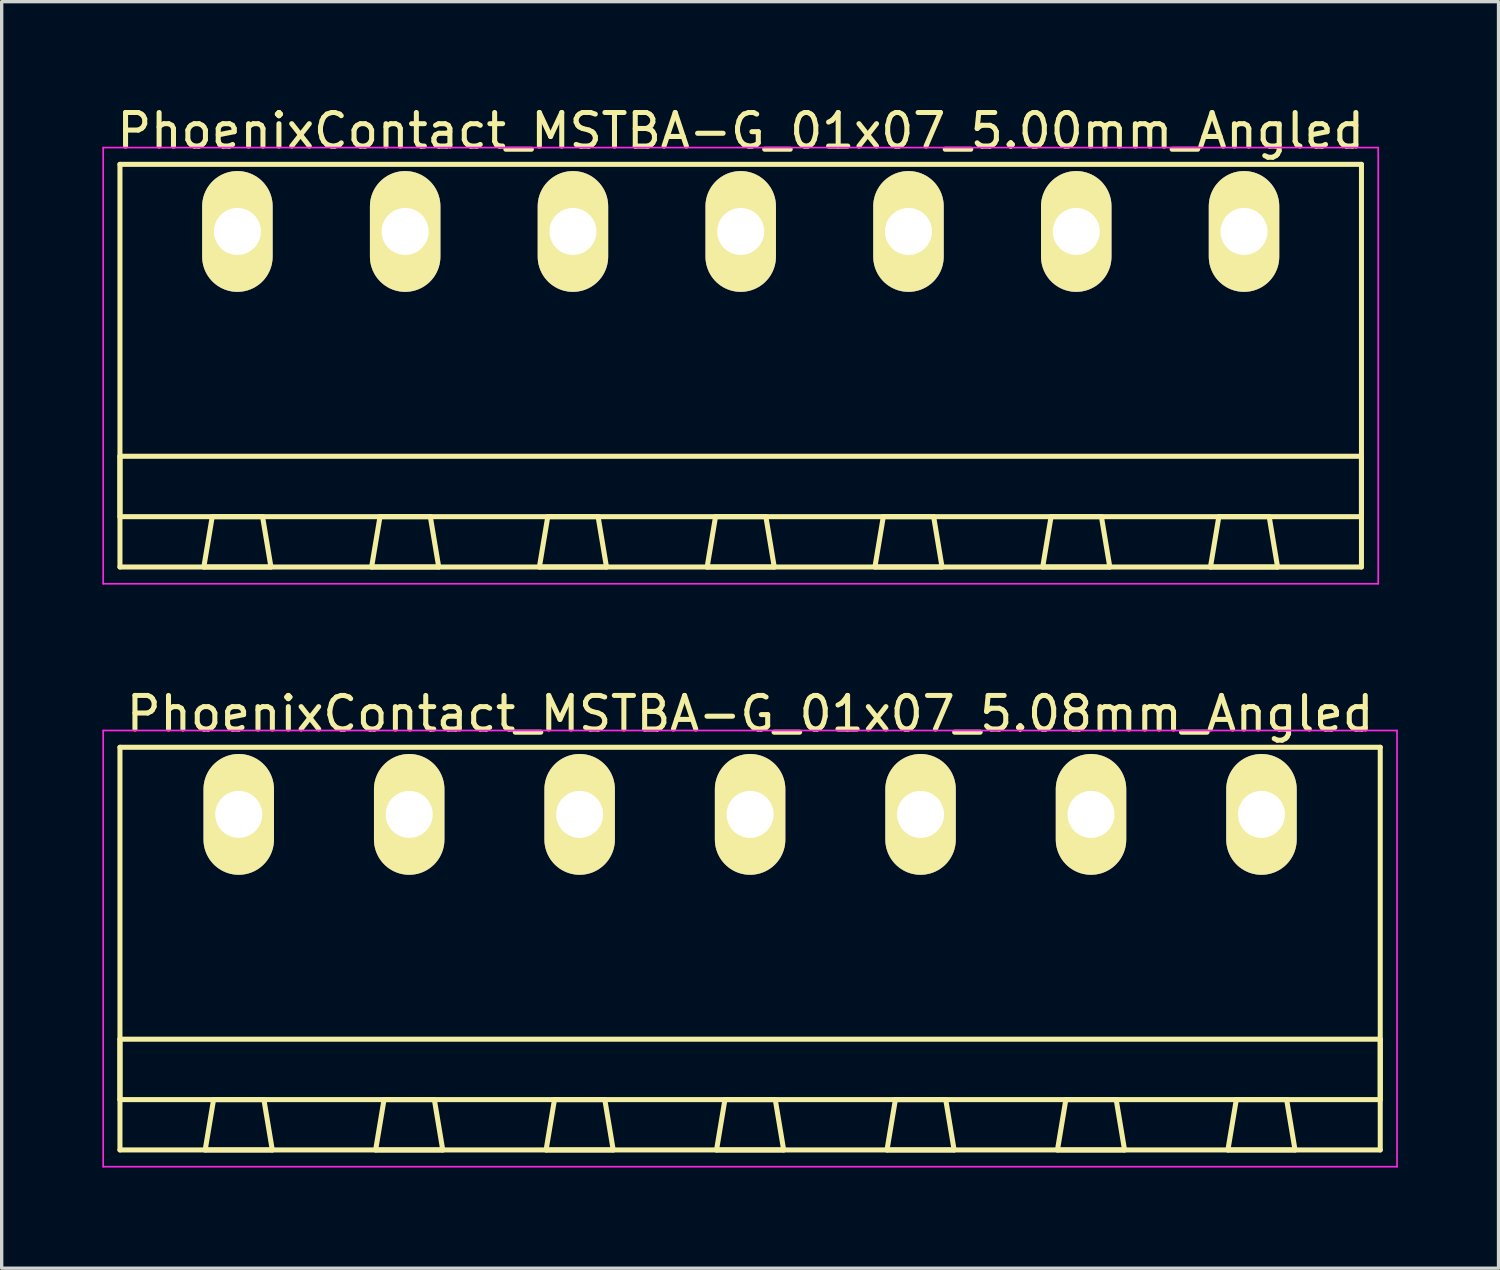
<source format=kicad_pcb>
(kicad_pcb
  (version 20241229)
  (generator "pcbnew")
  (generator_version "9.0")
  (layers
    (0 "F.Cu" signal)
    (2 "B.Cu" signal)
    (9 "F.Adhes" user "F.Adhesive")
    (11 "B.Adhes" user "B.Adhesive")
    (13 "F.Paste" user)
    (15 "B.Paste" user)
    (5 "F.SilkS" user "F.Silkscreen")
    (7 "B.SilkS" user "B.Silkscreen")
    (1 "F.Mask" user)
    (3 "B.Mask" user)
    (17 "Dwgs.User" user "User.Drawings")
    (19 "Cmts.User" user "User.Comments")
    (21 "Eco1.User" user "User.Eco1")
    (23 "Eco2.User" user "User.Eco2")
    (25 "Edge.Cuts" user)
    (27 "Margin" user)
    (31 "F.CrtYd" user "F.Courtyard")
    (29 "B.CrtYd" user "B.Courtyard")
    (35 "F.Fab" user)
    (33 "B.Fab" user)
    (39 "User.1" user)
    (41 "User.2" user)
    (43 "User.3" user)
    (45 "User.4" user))
  (footprint "PhoenixContact_MSTBA-G_01x07_5.08mm_Angled"
    (layer "F.Cu")
    (at 4.065 21.221)
    (property "Reference" "PhoenixContact_MSTBA-G_01x07_5.08mm_Angled" (at 15.24 -3 0) (layer "F.SilkS") (effects (font (size 1 1) (thickness 0.15))))
    (attr through_hole)
    (fp_line (start -3.54 -2) (end -3.54 10) (stroke (width 0.15) (type solid)) (layer "F.SilkS"))
    (fp_line (start -3.54 6.7) (end 34.02 6.7) (stroke (width 0.15) (type solid)) (layer "F.SilkS"))
    (fp_line (start -3.54 8.5) (end -3.54 6.7) (stroke (width 0.15) (type solid)) (layer "F.SilkS"))
    (fp_line (start -3.54 10) (end 34.02 10) (stroke (width 0.15) (type solid)) (layer "F.SilkS"))
    (fp_line (start -1 10) (end 1 10) (stroke (width 0.15) (type solid)) (layer "F.SilkS"))
    (fp_line (start -0.75 8.5) (end -1 10) (stroke (width 0.15) (type solid)) (layer "F.SilkS"))
    (fp_line (start 0.75 8.5) (end -0.75 8.5) (stroke (width 0.15) (type solid)) (layer "F.SilkS"))
    (fp_line (start 1 10) (end 0.75 8.5) (stroke (width 0.15) (type solid)) (layer "F.SilkS"))
    (fp_line (start 4.08 10) (end 6.08 10) (stroke (width 0.15) (type solid)) (layer "F.SilkS"))
    (fp_line (start 4.33 8.5) (end 4.08 10) (stroke (width 0.15) (type solid)) (layer "F.SilkS"))
    (fp_line (start 5.83 8.5) (end 4.33 8.5) (stroke (width 0.15) (type solid)) (layer "F.SilkS"))
    (fp_line (start 6.08 10) (end 5.83 8.5) (stroke (width 0.15) (type solid)) (layer "F.SilkS"))
    (fp_line (start 9.16 10) (end 11.16 10) (stroke (width 0.15) (type solid)) (layer "F.SilkS"))
    (fp_line (start 9.41 8.5) (end 9.16 10) (stroke (width 0.15) (type solid)) (layer "F.SilkS"))
    (fp_line (start 10.91 8.5) (end 9.41 8.5) (stroke (width 0.15) (type solid)) (layer "F.SilkS"))
    (fp_line (start 11.16 10) (end 10.91 8.5) (stroke (width 0.15) (type solid)) (layer "F.SilkS"))
    (fp_line (start 14.24 10) (end 16.24 10) (stroke (width 0.15) (type solid)) (layer "F.SilkS"))
    (fp_line (start 14.49 8.5) (end 14.24 10) (stroke (width 0.15) (type solid)) (layer "F.SilkS"))
    (fp_line (start 15.99 8.5) (end 14.49 8.5) (stroke (width 0.15) (type solid)) (layer "F.SilkS"))
    (fp_line (start 16.24 10) (end 15.99 8.5) (stroke (width 0.15) (type solid)) (layer "F.SilkS"))
    (fp_line (start 19.32 10) (end 21.32 10) (stroke (width 0.15) (type solid)) (layer "F.SilkS"))
    (fp_line (start 19.57 8.5) (end 19.32 10) (stroke (width 0.15) (type solid)) (layer "F.SilkS"))
    (fp_line (start 21.07 8.5) (end 19.57 8.5) (stroke (width 0.15) (type solid)) (layer "F.SilkS"))
    (fp_line (start 21.32 10) (end 21.07 8.5) (stroke (width 0.15) (type solid)) (layer "F.SilkS"))
    (fp_line (start 24.4 10) (end 26.4 10) (stroke (width 0.15) (type solid)) (layer "F.SilkS"))
    (fp_line (start 24.65 8.5) (end 24.4 10) (stroke (width 0.15) (type solid)) (layer "F.SilkS"))
    (fp_line (start 26.15 8.5) (end 24.65 8.5) (stroke (width 0.15) (type solid)) (layer "F.SilkS"))
    (fp_line (start 26.4 10) (end 26.15 8.5) (stroke (width 0.15) (type solid)) (layer "F.SilkS"))
    (fp_line (start 29.48 10) (end 31.48 10) (stroke (width 0.15) (type solid)) (layer "F.SilkS"))
    (fp_line (start 29.73 8.5) (end 29.48 10) (stroke (width 0.15) (type solid)) (layer "F.SilkS"))
    (fp_line (start 31.23 8.5) (end 29.73 8.5) (stroke (width 0.15) (type solid)) (layer "F.SilkS"))
    (fp_line (start 31.48 10) (end 31.23 8.5) (stroke (width 0.15) (type solid)) (layer "F.SilkS"))
    (fp_line (start 34.02 -2) (end -3.54 -2) (stroke (width 0.15) (type solid)) (layer "F.SilkS"))
    (fp_line (start 34.02 6.7) (end 34.02 8.5) (stroke (width 0.15) (type solid)) (layer "F.SilkS"))
    (fp_line (start 34.02 8.5) (end -3.54 8.5) (stroke (width 0.15) (type solid)) (layer "F.SilkS"))
    (fp_line (start 34.02 10) (end 34.02 -2) (stroke (width 0.15) (type solid)) (layer "F.SilkS"))
    (fp_line (start -4.04 -2.5) (end -4.04 10.5) (stroke (width 0.05) (type solid)) (layer "F.CrtYd"))
    (fp_line (start -4.04 10.5) (end 34.52 10.5) (stroke (width 0.05) (type solid)) (layer "F.CrtYd"))
    (fp_line (start 34.52 -2.5) (end -4.04 -2.5) (stroke (width 0.05) (type solid)) (layer "F.CrtYd"))
    (fp_line (start 34.52 10.5) (end 34.52 -2.5) (stroke (width 0.05) (type solid)) (layer "F.CrtYd"))
    (pad "1" thru_hole oval (at 0 0) (size 2.1 3.6) (drill 1.4) (layers "*.Cu" "*.Mask" "F.SilkS"))
    (pad "2" thru_hole oval (at 5.08 0) (size 2.1 3.6) (drill 1.4) (layers "*.Cu" "*.Mask" "F.SilkS"))
    (pad "3" thru_hole oval (at 10.16 0) (size 2.1 3.6) (drill 1.4) (layers "*.Cu" "*.Mask" "F.SilkS"))
    (pad "4" thru_hole oval (at 15.24 0) (size 2.1 3.6) (drill 1.4) (layers "*.Cu" "*.Mask" "F.SilkS"))
    (pad "5" thru_hole oval (at 20.32 0) (size 2.1 3.6) (drill 1.4) (layers "*.Cu" "*.Mask" "F.SilkS"))
    (pad "6" thru_hole oval (at 25.4 0) (size 2.1 3.6) (drill 1.4) (layers "*.Cu" "*.Mask" "F.SilkS"))
    (pad "7" thru_hole oval (at 30.48 0) (size 2.1 3.6) (drill 1.4) (layers "*.Cu" "*.Mask" "F.SilkS")))
  (footprint "PhoenixContact_MSTBA-G_01x07_5.00mm_Angled"
    (layer "F.Cu")
    (at 4.025 3.848)
    (property "Reference" "PhoenixContact_MSTBA-G_01x07_5.00mm_Angled" (at 15 -3 0) (layer "F.SilkS") (effects (font (size 1 1) (thickness 0.15))))
    (attr through_hole)
    (fp_line (start -3.5 -2) (end -3.5 10) (stroke (width 0.15) (type solid)) (layer "F.SilkS"))
    (fp_line (start -3.5 6.7) (end 33.5 6.7) (stroke (width 0.15) (type solid)) (layer "F.SilkS"))
    (fp_line (start -3.5 8.5) (end -3.5 6.7) (stroke (width 0.15) (type solid)) (layer "F.SilkS"))
    (fp_line (start -3.5 10) (end 33.5 10) (stroke (width 0.15) (type solid)) (layer "F.SilkS"))
    (fp_line (start -1 10) (end 1 10) (stroke (width 0.15) (type solid)) (layer "F.SilkS"))
    (fp_line (start -0.75 8.5) (end -1 10) (stroke (width 0.15) (type solid)) (layer "F.SilkS"))
    (fp_line (start 0.75 8.5) (end -0.75 8.5) (stroke (width 0.15) (type solid)) (layer "F.SilkS"))
    (fp_line (start 1 10) (end 0.75 8.5) (stroke (width 0.15) (type solid)) (layer "F.SilkS"))
    (fp_line (start 4 10) (end 6 10) (stroke (width 0.15) (type solid)) (layer "F.SilkS"))
    (fp_line (start 4.25 8.5) (end 4 10) (stroke (width 0.15) (type solid)) (layer "F.SilkS"))
    (fp_line (start 5.75 8.5) (end 4.25 8.5) (stroke (width 0.15) (type solid)) (layer "F.SilkS"))
    (fp_line (start 6 10) (end 5.75 8.5) (stroke (width 0.15) (type solid)) (layer "F.SilkS"))
    (fp_line (start 9 10) (end 11 10) (stroke (width 0.15) (type solid)) (layer "F.SilkS"))
    (fp_line (start 9.25 8.5) (end 9 10) (stroke (width 0.15) (type solid)) (layer "F.SilkS"))
    (fp_line (start 10.75 8.5) (end 9.25 8.5) (stroke (width 0.15) (type solid)) (layer "F.SilkS"))
    (fp_line (start 11 10) (end 10.75 8.5) (stroke (width 0.15) (type solid)) (layer "F.SilkS"))
    (fp_line (start 14 10) (end 16 10) (stroke (width 0.15) (type solid)) (layer "F.SilkS"))
    (fp_line (start 14.25 8.5) (end 14 10) (stroke (width 0.15) (type solid)) (layer "F.SilkS"))
    (fp_line (start 15.75 8.5) (end 14.25 8.5) (stroke (width 0.15) (type solid)) (layer "F.SilkS"))
    (fp_line (start 16 10) (end 15.75 8.5) (stroke (width 0.15) (type solid)) (layer "F.SilkS"))
    (fp_line (start 19 10) (end 21 10) (stroke (width 0.15) (type solid)) (layer "F.SilkS"))
    (fp_line (start 19.25 8.5) (end 19 10) (stroke (width 0.15) (type solid)) (layer "F.SilkS"))
    (fp_line (start 20.75 8.5) (end 19.25 8.5) (stroke (width 0.15) (type solid)) (layer "F.SilkS"))
    (fp_line (start 21 10) (end 20.75 8.5) (stroke (width 0.15) (type solid)) (layer "F.SilkS"))
    (fp_line (start 24 10) (end 26 10) (stroke (width 0.15) (type solid)) (layer "F.SilkS"))
    (fp_line (start 24.25 8.5) (end 24 10) (stroke (width 0.15) (type solid)) (layer "F.SilkS"))
    (fp_line (start 25.75 8.5) (end 24.25 8.5) (stroke (width 0.15) (type solid)) (layer "F.SilkS"))
    (fp_line (start 26 10) (end 25.75 8.5) (stroke (width 0.15) (type solid)) (layer "F.SilkS"))
    (fp_line (start 29 10) (end 31 10) (stroke (width 0.15) (type solid)) (layer "F.SilkS"))
    (fp_line (start 29.25 8.5) (end 29 10) (stroke (width 0.15) (type solid)) (layer "F.SilkS"))
    (fp_line (start 30.75 8.5) (end 29.25 8.5) (stroke (width 0.15) (type solid)) (layer "F.SilkS"))
    (fp_line (start 31 10) (end 30.75 8.5) (stroke (width 0.15) (type solid)) (layer "F.SilkS"))
    (fp_line (start 33.5 -2) (end -3.5 -2) (stroke (width 0.15) (type solid)) (layer "F.SilkS"))
    (fp_line (start 33.5 6.7) (end 33.5 8.5) (stroke (width 0.15) (type solid)) (layer "F.SilkS"))
    (fp_line (start 33.5 8.5) (end -3.5 8.5) (stroke (width 0.15) (type solid)) (layer "F.SilkS"))
    (fp_line (start 33.5 10) (end 33.5 -2) (stroke (width 0.15) (type solid)) (layer "F.SilkS"))
    (fp_line (start -4 -2.5) (end -4 10.5) (stroke (width 0.05) (type solid)) (layer "F.CrtYd"))
    (fp_line (start -4 10.5) (end 34 10.5) (stroke (width 0.05) (type solid)) (layer "F.CrtYd"))
    (fp_line (start 34 -2.5) (end -4 -2.5) (stroke (width 0.05) (type solid)) (layer "F.CrtYd"))
    (fp_line (start 34 10.5) (end 34 -2.5) (stroke (width 0.05) (type solid)) (layer "F.CrtYd"))
    (pad "1" thru_hole oval (at 0 0) (size 2.1 3.6) (drill 1.4) (layers "*.Cu" "*.Mask" "F.SilkS"))
    (pad "2" thru_hole oval (at 5 0) (size 2.1 3.6) (drill 1.4) (layers "*.Cu" "*.Mask" "F.SilkS"))
    (pad "3" thru_hole oval (at 10 0) (size 2.1 3.6) (drill 1.4) (layers "*.Cu" "*.Mask" "F.SilkS"))
    (pad "4" thru_hole oval (at 15 0) (size 2.1 3.6) (drill 1.4) (layers "*.Cu" "*.Mask" "F.SilkS"))
    (pad "5" thru_hole oval (at 20 0) (size 2.1 3.6) (drill 1.4) (layers "*.Cu" "*.Mask" "F.SilkS"))
    (pad "6" thru_hole oval (at 25 0) (size 2.1 3.6) (drill 1.4) (layers "*.Cu" "*.Mask" "F.SilkS"))
    (pad "7" thru_hole oval (at 30 0) (size 2.1 3.6) (drill 1.4) (layers "*.Cu" "*.Mask" "F.SilkS")))
  (gr_rect
    (start -3 -3)
    (end 41.61 34.746)
    (stroke (width 0.1) (type default))
    (fill no)
    (layer "Edge.Cuts")))
</source>
